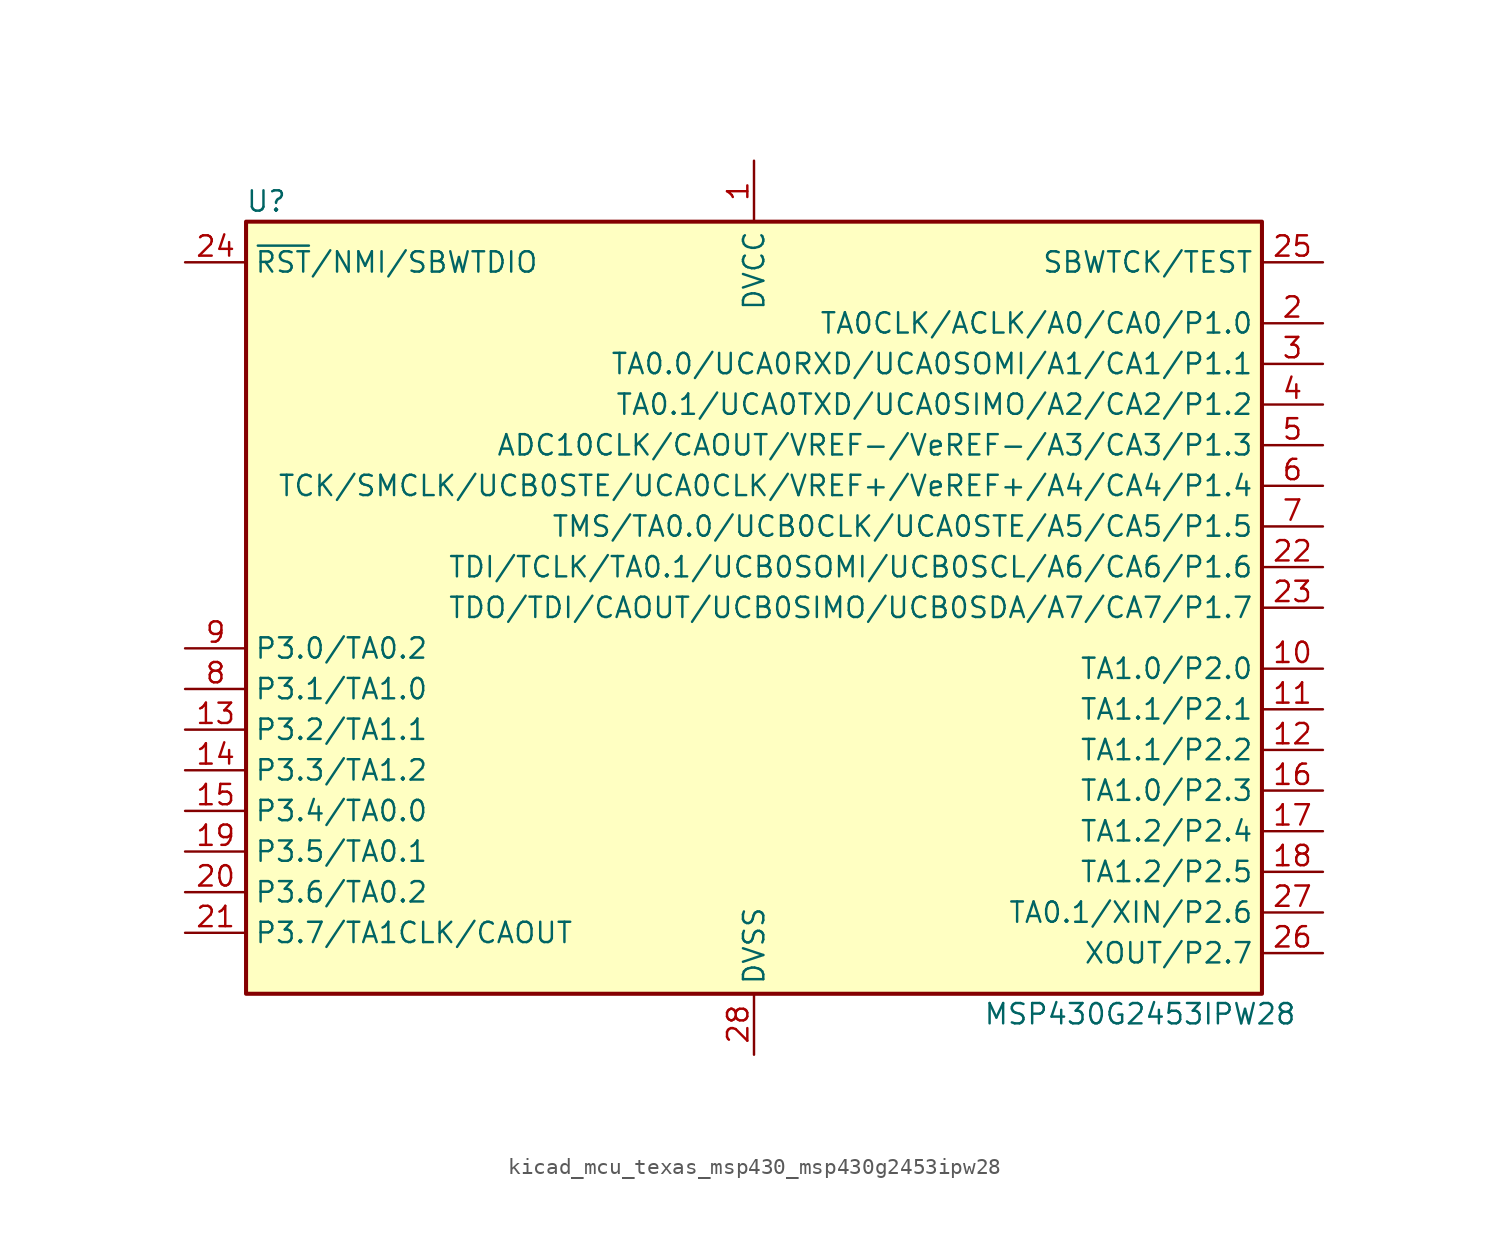
<source format=kicad_sym>
(kicad_symbol_lib
  (version 20220914)
  (generator kicad_symbol_editor)
  (symbol "kicad_mcu_texas_msp430_msp430g2453ipw28"
    (property "Reference" "U"
      (at -30.48 25.4 0)
      (effects (font (size 1.27 1.27))))
    (property "Value" "MSP430G2453IPW28"
      (at 24.13 -25.4 0)
      (effects (font (size 1.27 1.27))))
    (symbol "kicad_mcu_texas_msp430_msp430g2453ipw28_0_1"
      (rectangle (start -31.75 24.13) (end 31.75 -24.13) (stroke (width 0.254) (type default)) (fill (type background))))
    (symbol "kicad_mcu_texas_msp430_msp430g2453ipw28_1_1"
      (pin power_in line (at 0 27.94 270) (length 3.81) (name "DVCC" (effects (font (size 1.27 1.27)))) (number "1" (effects (font (size 1.27 1.27)))))
      (pin bidirectional line (at 35.56 -3.81 180) (length 3.81) (name "TA1.0/P2.0" (effects (font (size 1.27 1.27)))) (number "10" (effects (font (size 1.27 1.27)))))
      (pin bidirectional line (at 35.56 -6.35 180) (length 3.81) (name "TA1.1/P2.1" (effects (font (size 1.27 1.27)))) (number "11" (effects (font (size 1.27 1.27)))))
      (pin bidirectional line (at 35.56 -8.89 180) (length 3.81) (name "TA1.1/P2.2" (effects (font (size 1.27 1.27)))) (number "12" (effects (font (size 1.27 1.27)))))
      (pin bidirectional line (at -35.56 -7.62 0) (length 3.81) (name "P3.2/TA1.1" (effects (font (size 1.27 1.27)))) (number "13" (effects (font (size 1.27 1.27)))))
      (pin bidirectional line (at -35.56 -10.16 0) (length 3.81) (name "P3.3/TA1.2" (effects (font (size 1.27 1.27)))) (number "14" (effects (font (size 1.27 1.27)))))
      (pin bidirectional line (at -35.56 -12.7 0) (length 3.81) (name "P3.4/TA0.0" (effects (font (size 1.27 1.27)))) (number "15" (effects (font (size 1.27 1.27)))))
      (pin bidirectional line (at 35.56 -11.43 180) (length 3.81) (name "TA1.0/P2.3" (effects (font (size 1.27 1.27)))) (number "16" (effects (font (size 1.27 1.27)))))
      (pin bidirectional line (at 35.56 -13.97 180) (length 3.81) (name "TA1.2/P2.4" (effects (font (size 1.27 1.27)))) (number "17" (effects (font (size 1.27 1.27)))))
      (pin bidirectional line (at 35.56 -16.51 180) (length 3.81) (name "TA1.2/P2.5" (effects (font (size 1.27 1.27)))) (number "18" (effects (font (size 1.27 1.27)))))
      (pin bidirectional line (at -35.56 -15.24 0) (length 3.81) (name "P3.5/TA0.1" (effects (font (size 1.27 1.27)))) (number "19" (effects (font (size 1.27 1.27)))))
      (pin bidirectional line (at 35.56 17.78 180) (length 3.81) (name "TA0CLK/ACLK/A0/CA0/P1.0" (effects (font (size 1.27 1.27)))) (number "2" (effects (font (size 1.27 1.27)))))
      (pin bidirectional line (at -35.56 -17.78 0) (length 3.81) (name "P3.6/TA0.2" (effects (font (size 1.27 1.27)))) (number "20" (effects (font (size 1.27 1.27)))))
      (pin bidirectional line (at -35.56 -20.32 0) (length 3.81) (name "P3.7/TA1CLK/CAOUT" (effects (font (size 1.27 1.27)))) (number "21" (effects (font (size 1.27 1.27)))))
      (pin bidirectional line (at 35.56 2.54 180) (length 3.81) (name "TDI/TCLK/TA0.1/UCB0SOMI/UCB0SCL/A6/CA6/P1.6" (effects (font (size 1.27 1.27)))) (number "22" (effects (font (size 1.27 1.27)))))
      (pin bidirectional line (at 35.56 0 180) (length 3.81) (name "TDO/TDI/CAOUT/UCB0SIMO/UCB0SDA/A7/CA7/P1.7" (effects (font (size 1.27 1.27)))) (number "23" (effects (font (size 1.27 1.27)))))
      (pin input line (at -35.56 21.59 0) (length 3.81) (name "~{RST}/NMI/SBWTDIO" (effects (font (size 1.27 1.27)))) (number "24" (effects (font (size 1.27 1.27)))))
      (pin input line (at 35.56 21.59 180) (length 3.81) (name "SBWTCK/TEST" (effects (font (size 1.27 1.27)))) (number "25" (effects (font (size 1.27 1.27)))))
      (pin bidirectional line (at 35.56 -21.59 180) (length 3.81) (name "XOUT/P2.7" (effects (font (size 1.27 1.27)))) (number "26" (effects (font (size 1.27 1.27)))))
      (pin bidirectional line (at 35.56 -19.05 180) (length 3.81) (name "TA0.1/XIN/P2.6" (effects (font (size 1.27 1.27)))) (number "27" (effects (font (size 1.27 1.27)))))
      (pin power_in line (at 0 -27.94 90) (length 3.81) (name "DVSS" (effects (font (size 1.27 1.27)))) (number "28" (effects (font (size 1.27 1.27)))))
      (pin bidirectional line (at 35.56 15.24 180) (length 3.81) (name "TA0.0/UCA0RXD/UCA0SOMI/A1/CA1/P1.1" (effects (font (size 1.27 1.27)))) (number "3" (effects (font (size 1.27 1.27)))))
      (pin bidirectional line (at 35.56 12.7 180) (length 3.81) (name "TA0.1/UCA0TXD/UCA0SIMO/A2/CA2/P1.2" (effects (font (size 1.27 1.27)))) (number "4" (effects (font (size 1.27 1.27)))))
      (pin bidirectional line (at 35.56 10.16 180) (length 3.81) (name "ADC10CLK/CAOUT/VREF-/VeREF-/A3/CA3/P1.3" (effects (font (size 1.27 1.27)))) (number "5" (effects (font (size 1.27 1.27)))))
      (pin bidirectional line (at 35.56 7.62 180) (length 3.81) (name "TCK/SMCLK/UCB0STE/UCA0CLK/VREF+/VeREF+/A4/CA4/P1.4" (effects (font (size 1.27 1.27)))) (number "6" (effects (font (size 1.27 1.27)))))
      (pin bidirectional line (at 35.56 5.08 180) (length 3.81) (name "TMS/TA0.0/UCB0CLK/UCA0STE/A5/CA5/P1.5" (effects (font (size 1.27 1.27)))) (number "7" (effects (font (size 1.27 1.27)))))
      (pin bidirectional line (at -35.56 -5.08 0) (length 3.81) (name "P3.1/TA1.0" (effects (font (size 1.27 1.27)))) (number "8" (effects (font (size 1.27 1.27)))))
      (pin bidirectional line (at -35.56 -2.54 0) (length 3.81) (name "P3.0/TA0.2" (effects (font (size 1.27 1.27)))) (number "9" (effects (font (size 1.27 1.27))))))))
</source>
